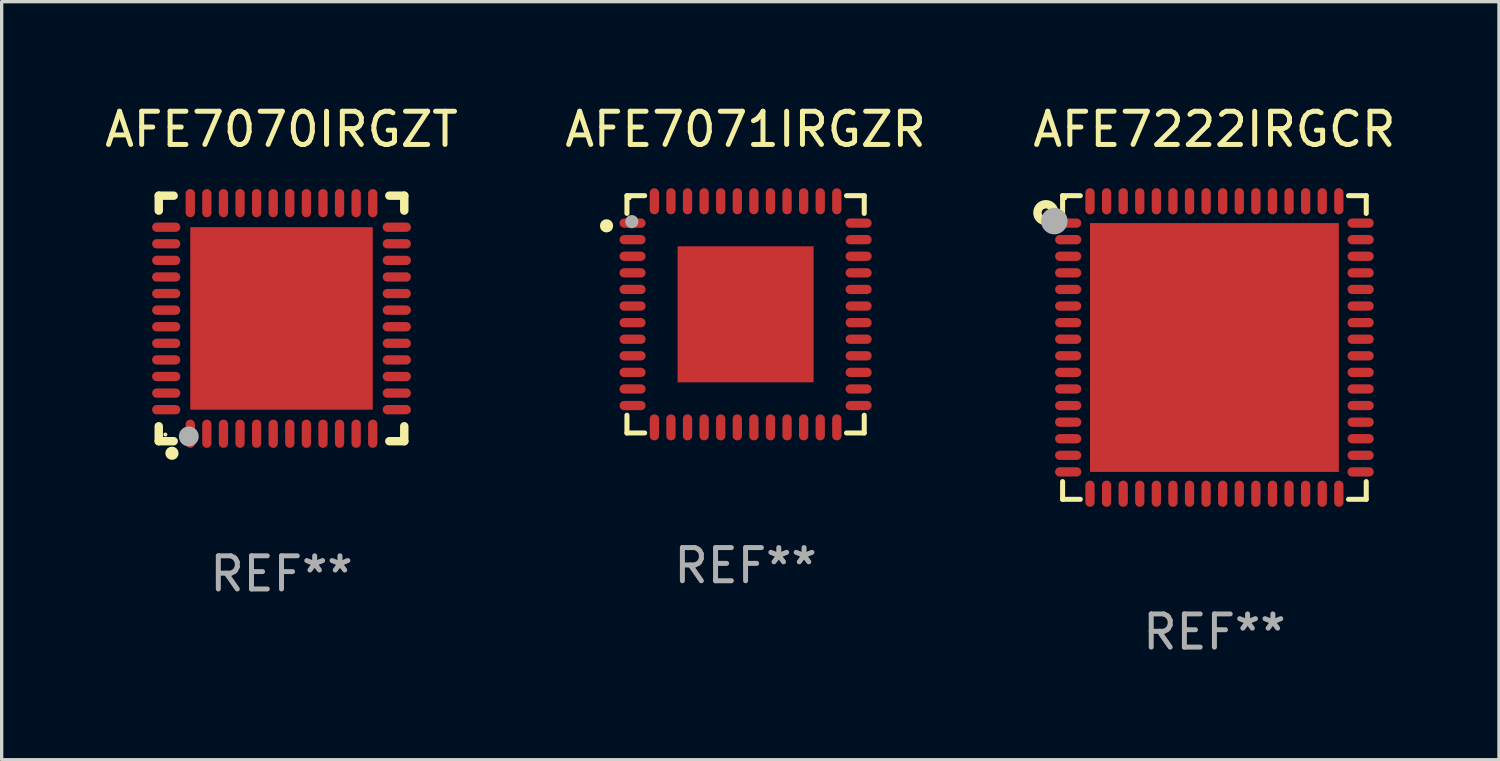
<source format=kicad_pcb>
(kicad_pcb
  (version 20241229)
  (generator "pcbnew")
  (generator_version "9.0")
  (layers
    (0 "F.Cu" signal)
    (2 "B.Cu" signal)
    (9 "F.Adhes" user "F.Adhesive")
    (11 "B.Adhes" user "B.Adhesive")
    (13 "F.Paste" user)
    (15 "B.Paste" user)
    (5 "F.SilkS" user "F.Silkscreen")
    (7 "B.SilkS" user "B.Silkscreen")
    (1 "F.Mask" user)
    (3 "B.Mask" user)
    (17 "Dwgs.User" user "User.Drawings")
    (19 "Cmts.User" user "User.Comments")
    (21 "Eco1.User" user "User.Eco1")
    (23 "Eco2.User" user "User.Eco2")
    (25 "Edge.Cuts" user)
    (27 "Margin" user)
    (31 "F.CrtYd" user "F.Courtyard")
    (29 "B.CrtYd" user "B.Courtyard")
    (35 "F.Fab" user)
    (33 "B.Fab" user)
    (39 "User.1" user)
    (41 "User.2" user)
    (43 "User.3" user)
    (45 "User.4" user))
  (footprint "AFE7070IRGZT"
    (layer "F.Cu")
    (at 5.435 6.548)
    (property "Reference" "AFE7070IRGZT" (at 0 -5.7 0) (layer "F.SilkS") (effects (font (size 1 1) (thickness 0.15))))
    (attr through_hole)
    (fp_line (start -3.7 -3.7) (end -3.25 -3.7) (stroke (width 0.254) (type solid)) (layer "F.SilkS"))
    (fp_line (start -3.7 -3.25) (end -3.7 -3.7) (stroke (width 0.254) (type solid)) (layer "F.SilkS"))
    (fp_line (start -3.7 3.7) (end -3.7 3.25) (stroke (width 0.254) (type solid)) (layer "F.SilkS"))
    (fp_line (start -3.25 3.7) (end -3.7 3.7) (stroke (width 0.254) (type solid)) (layer "F.SilkS"))
    (fp_line (start 3.25 3.7) (end 3.7 3.7) (stroke (width 0.254) (type solid)) (layer "F.SilkS"))
    (fp_line (start 3.7 -3.7) (end 3.25 -3.7) (stroke (width 0.254) (type solid)) (layer "F.SilkS"))
    (fp_line (start 3.7 -3.25) (end 3.7 -3.7) (stroke (width 0.254) (type solid)) (layer "F.SilkS"))
    (fp_line (start 3.7 3.7) (end 3.7 3.25) (stroke (width 0.254) (type solid)) (layer "F.SilkS"))
    (fp_circle (center -3.5 3.5) (end -3.47 3.5) (stroke (width 0.06) (type solid)) (fill no) (layer "F.SilkS"))
    (fp_circle (center -3.302 4.064) (end -3.202 4.064) (stroke (width 0.2) (type solid)) (fill no) (layer "F.SilkS"))
    (fp_circle (center -2.794 3.556) (end -2.644 3.556) (stroke (width 0.3) (type solid)) (fill no) (layer "F.Fab"))
    (fp_text user "REF**" (at 0 7.7 0) (layer "F.Fab") (effects (font (size 1 1) (thickness 0.15))))
    (pad "1" smd oval (at -2.75 3.475) (size 0.28 0.85) (layers "F.Cu" "F.Mask" "F.Paste"))
    (pad "2" smd oval (at -2.25 3.475) (size 0.28 0.85) (layers "F.Cu" "F.Mask" "F.Paste"))
    (pad "3" smd oval (at -1.75 3.475) (size 0.28 0.85) (layers "F.Cu" "F.Mask" "F.Paste"))
    (pad "4" smd oval (at -1.25 3.475) (size 0.28 0.85) (layers "F.Cu" "F.Mask" "F.Paste"))
    (pad "5" smd oval (at -0.75 3.475) (size 0.28 0.85) (layers "F.Cu" "F.Mask" "F.Paste"))
    (pad "6" smd oval (at -0.25 3.475) (size 0.28 0.85) (layers "F.Cu" "F.Mask" "F.Paste"))
    (pad "7" smd oval (at 0.25 3.475) (size 0.28 0.85) (layers "F.Cu" "F.Mask" "F.Paste"))
    (pad "8" smd oval (at 0.75 3.475) (size 0.28 0.85) (layers "F.Cu" "F.Mask" "F.Paste"))
    (pad "9" smd oval (at 1.25 3.475) (size 0.28 0.85) (layers "F.Cu" "F.Mask" "F.Paste"))
    (pad "10" smd oval (at 1.75 3.475) (size 0.28 0.85) (layers "F.Cu" "F.Mask" "F.Paste"))
    (pad "11" smd oval (at 2.25 3.475) (size 0.28 0.85) (layers "F.Cu" "F.Mask" "F.Paste"))
    (pad "12" smd oval (at 2.75 3.475) (size 0.28 0.85) (layers "F.Cu" "F.Mask" "F.Paste"))
    (pad "13" smd oval (at 3.475 2.75) (size 0.85 0.28) (layers "F.Cu" "F.Mask" "F.Paste"))
    (pad "14" smd oval (at 3.475 2.25) (size 0.85 0.28) (layers "F.Cu" "F.Mask" "F.Paste"))
    (pad "15" smd oval (at 3.475 1.75) (size 0.85 0.28) (layers "F.Cu" "F.Mask" "F.Paste"))
    (pad "16" smd oval (at 3.475 1.25) (size 0.85 0.28) (layers "F.Cu" "F.Mask" "F.Paste"))
    (pad "17" smd oval (at 3.475 0.75) (size 0.85 0.28) (layers "F.Cu" "F.Mask" "F.Paste"))
    (pad "18" smd oval (at 3.475 0.25) (size 0.85 0.28) (layers "F.Cu" "F.Mask" "F.Paste"))
    (pad "19" smd oval (at 3.475 -0.25) (size 0.85 0.28) (layers "F.Cu" "F.Mask" "F.Paste"))
    (pad "20" smd oval (at 3.475 -0.75) (size 0.85 0.28) (layers "F.Cu" "F.Mask" "F.Paste"))
    (pad "21" smd oval (at 3.475 -1.25) (size 0.85 0.28) (layers "F.Cu" "F.Mask" "F.Paste"))
    (pad "22" smd oval (at 3.475 -1.75) (size 0.85 0.28) (layers "F.Cu" "F.Mask" "F.Paste"))
    (pad "23" smd oval (at 3.475 -2.25) (size 0.85 0.28) (layers "F.Cu" "F.Mask" "F.Paste"))
    (pad "24" smd oval (at 3.475 -2.75) (size 0.85 0.28) (layers "F.Cu" "F.Mask" "F.Paste"))
    (pad "25" smd oval (at 2.75 -3.475) (size 0.28 0.85) (layers "F.Cu" "F.Mask" "F.Paste"))
    (pad "26" smd oval (at 2.25 -3.475) (size 0.28 0.85) (layers "F.Cu" "F.Mask" "F.Paste"))
    (pad "27" smd oval (at 1.75 -3.475) (size 0.28 0.85) (layers "F.Cu" "F.Mask" "F.Paste"))
    (pad "28" smd oval (at 1.25 -3.475) (size 0.28 0.85) (layers "F.Cu" "F.Mask" "F.Paste"))
    (pad "29" smd oval (at 0.75 -3.475) (size 0.28 0.85) (layers "F.Cu" "F.Mask" "F.Paste"))
    (pad "30" smd oval (at 0.25 -3.475) (size 0.28 0.85) (layers "F.Cu" "F.Mask" "F.Paste"))
    (pad "31" smd oval (at -0.25 -3.475) (size 0.28 0.85) (layers "F.Cu" "F.Mask" "F.Paste"))
    (pad "32" smd oval (at -0.75 -3.475) (size 0.28 0.85) (layers "F.Cu" "F.Mask" "F.Paste"))
    (pad "33" smd oval (at -1.25 -3.475) (size 0.28 0.85) (layers "F.Cu" "F.Mask" "F.Paste"))
    (pad "34" smd oval (at -1.75 -3.475) (size 0.28 0.85) (layers "F.Cu" "F.Mask" "F.Paste"))
    (pad "35" smd oval (at -2.25 -3.475) (size 0.28 0.85) (layers "F.Cu" "F.Mask" "F.Paste"))
    (pad "36" smd oval (at -2.75 -3.475) (size 0.28 0.85) (layers "F.Cu" "F.Mask" "F.Paste"))
    (pad "37" smd oval (at -3.475 -2.75) (size 0.85 0.28) (layers "F.Cu" "F.Mask" "F.Paste"))
    (pad "38" smd oval (at -3.475 -2.25) (size 0.85 0.28) (layers "F.Cu" "F.Mask" "F.Paste"))
    (pad "39" smd oval (at -3.475 -1.75) (size 0.85 0.28) (layers "F.Cu" "F.Mask" "F.Paste"))
    (pad "40" smd oval (at -3.475 -1.25) (size 0.85 0.28) (layers "F.Cu" "F.Mask" "F.Paste"))
    (pad "41" smd oval (at -3.475 -0.75) (size 0.85 0.28) (layers "F.Cu" "F.Mask" "F.Paste"))
    (pad "42" smd oval (at -3.475 -0.25) (size 0.85 0.28) (layers "F.Cu" "F.Mask" "F.Paste"))
    (pad "43" smd oval (at -3.475 0.25) (size 0.85 0.28) (layers "F.Cu" "F.Mask" "F.Paste"))
    (pad "44" smd oval (at -3.475 0.75) (size 0.85 0.28) (layers "F.Cu" "F.Mask" "F.Paste"))
    (pad "45" smd oval (at -3.475 1.25) (size 0.85 0.28) (layers "F.Cu" "F.Mask" "F.Paste"))
    (pad "46" smd oval (at -3.475 1.75) (size 0.85 0.28) (layers "F.Cu" "F.Mask" "F.Paste"))
    (pad "47" smd oval (at -3.475 2.25) (size 0.85 0.28) (layers "F.Cu" "F.Mask" "F.Paste"))
    (pad "48" smd oval (at -3.475 2.75) (size 0.85 0.28) (layers "F.Cu" "F.Mask" "F.Paste"))
    (pad "49" smd rect (at -0.000102 0.000102) (size 5.5 5.5) (layers "F.Cu" "F.Mask" "F.Paste")))
  (footprint "AFE7222IRGCR"
    (layer "F.Cu")
    (at 33.554 7.424)
    (property "Reference" "AFE7222IRGCR" (at 0 -6.576 0) (layer "F.SilkS") (effects (font (size 1 1) (thickness 0.15))))
    (attr through_hole)
    (fp_line (start -4.576 -4.576) (end -4.042 -4.576) (stroke (width 0.152) (type solid)) (layer "F.SilkS"))
    (fp_line (start -4.576 -4.042) (end -4.576 -4.576) (stroke (width 0.152) (type solid)) (layer "F.SilkS"))
    (fp_line (start -4.576 4.042) (end -4.576 4.576) (stroke (width 0.152) (type solid)) (layer "F.SilkS"))
    (fp_line (start -4.576 4.576) (end -4.042 4.576) (stroke (width 0.152) (type solid)) (layer "F.SilkS"))
    (fp_line (start 4.576 -4.576) (end 4.042 -4.576) (stroke (width 0.152) (type solid)) (layer "F.SilkS"))
    (fp_line (start 4.576 -4.042) (end 4.576 -4.576) (stroke (width 0.152) (type solid)) (layer "F.SilkS"))
    (fp_line (start 4.576 4.042) (end 4.576 4.576) (stroke (width 0.152) (type solid)) (layer "F.SilkS"))
    (fp_line (start 4.576 4.576) (end 4.042 4.576) (stroke (width 0.152) (type solid)) (layer "F.SilkS"))
    (fp_circle (center -5.08 -4.064) (end -4.826 -4.064) (stroke (width 0.254) (type solid)) (fill no) (layer "F.SilkS"))
    (fp_circle (center -4.5 -4.5) (end -4.47 -4.5) (stroke (width 0.06) (type solid)) (fill no) (layer "F.SilkS"))
    (fp_circle (center -4.826 -3.81) (end -4.626 -3.81) (stroke (width 0.4) (type solid)) (fill no) (layer "F.Fab"))
    (fp_text user "REF**" (at 0 8.576 0) (layer "F.Fab") (effects (font (size 1 1) (thickness 0.15))))
    (pad "1" smd oval (at -4.407 -3.75) (size 0.79 0.28) (layers "F.Cu" "F.Mask" "F.Paste"))
    (pad "2" smd oval (at -4.407 -3.25) (size 0.79 0.28) (layers "F.Cu" "F.Mask" "F.Paste"))
    (pad "3" smd oval (at -4.407 -2.75) (size 0.79 0.28) (layers "F.Cu" "F.Mask" "F.Paste"))
    (pad "4" smd oval (at -4.407 -2.25) (size 0.79 0.28) (layers "F.Cu" "F.Mask" "F.Paste"))
    (pad "5" smd oval (at -4.407 -1.75) (size 0.79 0.28) (layers "F.Cu" "F.Mask" "F.Paste"))
    (pad "6" smd oval (at -4.407 -1.25) (size 0.79 0.28) (layers "F.Cu" "F.Mask" "F.Paste"))
    (pad "7" smd oval (at -4.407 -0.75) (size 0.79 0.28) (layers "F.Cu" "F.Mask" "F.Paste"))
    (pad "8" smd oval (at -4.407 -0.25) (size 0.79 0.28) (layers "F.Cu" "F.Mask" "F.Paste"))
    (pad "9" smd oval (at -4.407 0.25) (size 0.79 0.28) (layers "F.Cu" "F.Mask" "F.Paste"))
    (pad "10" smd oval (at -4.407 0.75) (size 0.79 0.28) (layers "F.Cu" "F.Mask" "F.Paste"))
    (pad "11" smd oval (at -4.407 1.25) (size 0.79 0.28) (layers "F.Cu" "F.Mask" "F.Paste"))
    (pad "12" smd oval (at -4.407 1.75) (size 0.79 0.28) (layers "F.Cu" "F.Mask" "F.Paste"))
    (pad "13" smd oval (at -4.407 2.25) (size 0.79 0.28) (layers "F.Cu" "F.Mask" "F.Paste"))
    (pad "14" smd oval (at -4.407 2.75) (size 0.79 0.28) (layers "F.Cu" "F.Mask" "F.Paste"))
    (pad "15" smd oval (at -4.407 3.25) (size 0.79 0.28) (layers "F.Cu" "F.Mask" "F.Paste"))
    (pad "16" smd oval (at -4.407 3.75) (size 0.79 0.28) (layers "F.Cu" "F.Mask" "F.Paste"))
    (pad "17" smd oval (at -3.75 4.407) (size 0.28 0.79) (layers "F.Cu" "F.Mask" "F.Paste"))
    (pad "18" smd oval (at -3.25 4.407) (size 0.28 0.79) (layers "F.Cu" "F.Mask" "F.Paste"))
    (pad "19" smd oval (at -2.75 4.407) (size 0.28 0.79) (layers "F.Cu" "F.Mask" "F.Paste"))
    (pad "20" smd oval (at -2.25 4.407) (size 0.28 0.79) (layers "F.Cu" "F.Mask" "F.Paste"))
    (pad "21" smd oval (at -1.75 4.407) (size 0.28 0.79) (layers "F.Cu" "F.Mask" "F.Paste"))
    (pad "22" smd oval (at -1.25 4.407) (size 0.28 0.79) (layers "F.Cu" "F.Mask" "F.Paste"))
    (pad "23" smd oval (at -0.75 4.407) (size 0.28 0.79) (layers "F.Cu" "F.Mask" "F.Paste"))
    (pad "24" smd oval (at -0.25 4.407) (size 0.28 0.79) (layers "F.Cu" "F.Mask" "F.Paste"))
    (pad "25" smd oval (at 0.25 4.407) (size 0.28 0.79) (layers "F.Cu" "F.Mask" "F.Paste"))
    (pad "26" smd oval (at 0.75 4.407) (size 0.28 0.79) (layers "F.Cu" "F.Mask" "F.Paste"))
    (pad "27" smd oval (at 1.25 4.407) (size 0.28 0.79) (layers "F.Cu" "F.Mask" "F.Paste"))
    (pad "28" smd oval (at 1.75 4.407) (size 0.28 0.79) (layers "F.Cu" "F.Mask" "F.Paste"))
    (pad "29" smd oval (at 2.25 4.407) (size 0.28 0.79) (layers "F.Cu" "F.Mask" "F.Paste"))
    (pad "30" smd oval (at 2.75 4.407) (size 0.28 0.79) (layers "F.Cu" "F.Mask" "F.Paste"))
    (pad "31" smd oval (at 3.25 4.407) (size 0.28 0.79) (layers "F.Cu" "F.Mask" "F.Paste"))
    (pad "32" smd oval (at 3.75 4.407) (size 0.28 0.79) (layers "F.Cu" "F.Mask" "F.Paste"))
    (pad "33" smd oval (at 4.407 3.75) (size 0.79 0.28) (layers "F.Cu" "F.Mask" "F.Paste"))
    (pad "34" smd oval (at 4.407 3.25) (size 0.79 0.28) (layers "F.Cu" "F.Mask" "F.Paste"))
    (pad "35" smd oval (at 4.407 2.75) (size 0.79 0.28) (layers "F.Cu" "F.Mask" "F.Paste"))
    (pad "36" smd oval (at 4.407 2.25) (size 0.79 0.28) (layers "F.Cu" "F.Mask" "F.Paste"))
    (pad "37" smd oval (at 4.407 1.75) (size 0.79 0.28) (layers "F.Cu" "F.Mask" "F.Paste"))
    (pad "38" smd oval (at 4.407 1.25) (size 0.79 0.28) (layers "F.Cu" "F.Mask" "F.Paste"))
    (pad "39" smd oval (at 4.407 0.75) (size 0.79 0.28) (layers "F.Cu" "F.Mask" "F.Paste"))
    (pad "40" smd oval (at 4.407 0.25) (size 0.79 0.28) (layers "F.Cu" "F.Mask" "F.Paste"))
    (pad "41" smd oval (at 4.407 -0.25) (size 0.79 0.28) (layers "F.Cu" "F.Mask" "F.Paste"))
    (pad "42" smd oval (at 4.407 -0.75) (size 0.79 0.28) (layers "F.Cu" "F.Mask" "F.Paste"))
    (pad "43" smd oval (at 4.407 -1.25) (size 0.79 0.28) (layers "F.Cu" "F.Mask" "F.Paste"))
    (pad "44" smd oval (at 4.407 -1.75) (size 0.79 0.28) (layers "F.Cu" "F.Mask" "F.Paste"))
    (pad "45" smd oval (at 4.407 -2.25) (size 0.79 0.28) (layers "F.Cu" "F.Mask" "F.Paste"))
    (pad "46" smd oval (at 4.407 -2.75) (size 0.79 0.28) (layers "F.Cu" "F.Mask" "F.Paste"))
    (pad "47" smd oval (at 4.407 -3.25) (size 0.79 0.28) (layers "F.Cu" "F.Mask" "F.Paste"))
    (pad "48" smd oval (at 4.407 -3.75) (size 0.79 0.28) (layers "F.Cu" "F.Mask" "F.Paste"))
    (pad "49" smd oval (at 3.75 -4.407) (size 0.28 0.79) (layers "F.Cu" "F.Mask" "F.Paste"))
    (pad "50" smd oval (at 3.25 -4.407) (size 0.28 0.79) (layers "F.Cu" "F.Mask" "F.Paste"))
    (pad "51" smd oval (at 2.75 -4.407) (size 0.28 0.79) (layers "F.Cu" "F.Mask" "F.Paste"))
    (pad "52" smd oval (at 2.25 -4.407) (size 0.28 0.79) (layers "F.Cu" "F.Mask" "F.Paste"))
    (pad "53" smd oval (at 1.75 -4.407) (size 0.28 0.79) (layers "F.Cu" "F.Mask" "F.Paste"))
    (pad "54" smd oval (at 1.25 -4.407) (size 0.28 0.79) (layers "F.Cu" "F.Mask" "F.Paste"))
    (pad "55" smd oval (at 0.75 -4.407) (size 0.28 0.79) (layers "F.Cu" "F.Mask" "F.Paste"))
    (pad "56" smd oval (at 0.25 -4.407) (size 0.28 0.79) (layers "F.Cu" "F.Mask" "F.Paste"))
    (pad "57" smd oval (at -0.25 -4.407) (size 0.28 0.79) (layers "F.Cu" "F.Mask" "F.Paste"))
    (pad "58" smd oval (at -0.75 -4.407) (size 0.28 0.79) (layers "F.Cu" "F.Mask" "F.Paste"))
    (pad "59" smd oval (at -1.25 -4.407) (size 0.28 0.79) (layers "F.Cu" "F.Mask" "F.Paste"))
    (pad "60" smd oval (at -1.75 -4.407) (size 0.28 0.79) (layers "F.Cu" "F.Mask" "F.Paste"))
    (pad "61" smd oval (at -2.25 -4.407) (size 0.28 0.79) (layers "F.Cu" "F.Mask" "F.Paste"))
    (pad "62" smd oval (at -2.75 -4.407) (size 0.28 0.79) (layers "F.Cu" "F.Mask" "F.Paste"))
    (pad "63" smd oval (at -3.25 -4.407) (size 0.28 0.79) (layers "F.Cu" "F.Mask" "F.Paste"))
    (pad "64" smd oval (at -3.75 -4.407) (size 0.28 0.79) (layers "F.Cu" "F.Mask" "F.Paste"))
    (pad "65" smd rect (at 0 0) (size 7.5 7.5) (layers "F.Cu" "F.Mask" "F.Paste")))
  (footprint "AFE7071IRGZR"
    (layer "F.Cu")
    (at 19.423 6.424)
    (property "Reference" "AFE7071IRGZR" (at 0 -5.576 0) (layer "F.SilkS") (effects (font (size 1 1) (thickness 0.15))))
    (attr through_hole)
    (fp_line (start -3.576 -3.576) (end -3.042 -3.576) (stroke (width 0.152) (type solid)) (layer "F.SilkS"))
    (fp_line (start -3.576 -3.042) (end -3.576 -3.576) (stroke (width 0.152) (type solid)) (layer "F.SilkS"))
    (fp_line (start -3.576 3.042) (end -3.576 3.576) (stroke (width 0.152) (type solid)) (layer "F.SilkS"))
    (fp_line (start -3.576 3.576) (end -3.042 3.576) (stroke (width 0.152) (type solid)) (layer "F.SilkS"))
    (fp_line (start 3.576 -3.576) (end 3.042 -3.576) (stroke (width 0.152) (type solid)) (layer "F.SilkS"))
    (fp_line (start 3.576 -3.042) (end 3.576 -3.576) (stroke (width 0.152) (type solid)) (layer "F.SilkS"))
    (fp_line (start 3.576 3.042) (end 3.576 3.576) (stroke (width 0.152) (type solid)) (layer "F.SilkS"))
    (fp_line (start 3.576 3.576) (end 3.042 3.576) (stroke (width 0.152) (type solid)) (layer "F.SilkS"))
    (fp_circle (center -4.191 -2.667) (end -4.091 -2.667) (stroke (width 0.2) (type solid)) (fill no) (layer "F.SilkS"))
    (fp_circle (center -3.5 -3.5) (end -3.47 -3.5) (stroke (width 0.06) (type solid)) (fill no) (layer "F.SilkS"))
    (fp_circle (center -3.429 -2.794) (end -3.329 -2.794) (stroke (width 0.2) (type solid)) (fill no) (layer "F.Fab"))
    (fp_text user "REF**" (at 0 7.576 0) (layer "F.Fab") (effects (font (size 1 1) (thickness 0.15))))
    (pad "1" smd oval (at -3.407 -2.75) (size 0.785 0.28) (layers "F.Cu" "F.Mask" "F.Paste"))
    (pad "2" smd oval (at -3.407 -2.25) (size 0.785 0.28) (layers "F.Cu" "F.Mask" "F.Paste"))
    (pad "3" smd oval (at -3.407 -1.75) (size 0.785 0.28) (layers "F.Cu" "F.Mask" "F.Paste"))
    (pad "4" smd oval (at -3.407 -1.25) (size 0.785 0.28) (layers "F.Cu" "F.Mask" "F.Paste"))
    (pad "5" smd oval (at -3.407 -0.75) (size 0.785 0.28) (layers "F.Cu" "F.Mask" "F.Paste"))
    (pad "6" smd oval (at -3.407 -0.25) (size 0.785 0.28) (layers "F.Cu" "F.Mask" "F.Paste"))
    (pad "7" smd oval (at -3.407 0.25) (size 0.785 0.28) (layers "F.Cu" "F.Mask" "F.Paste"))
    (pad "8" smd oval (at -3.407 0.75) (size 0.785 0.28) (layers "F.Cu" "F.Mask" "F.Paste"))
    (pad "9" smd oval (at -3.407 1.25) (size 0.785 0.28) (layers "F.Cu" "F.Mask" "F.Paste"))
    (pad "10" smd oval (at -3.407 1.75) (size 0.785 0.28) (layers "F.Cu" "F.Mask" "F.Paste"))
    (pad "11" smd oval (at -3.407 2.25) (size 0.785 0.28) (layers "F.Cu" "F.Mask" "F.Paste"))
    (pad "12" smd oval (at -3.407 2.75) (size 0.785 0.28) (layers "F.Cu" "F.Mask" "F.Paste"))
    (pad "13" smd oval (at -2.75 3.407) (size 0.28 0.785) (layers "F.Cu" "F.Mask" "F.Paste"))
    (pad "14" smd oval (at -2.25 3.407) (size 0.28 0.785) (layers "F.Cu" "F.Mask" "F.Paste"))
    (pad "15" smd oval (at -1.75 3.407) (size 0.28 0.785) (layers "F.Cu" "F.Mask" "F.Paste"))
    (pad "16" smd oval (at -1.25 3.407) (size 0.28 0.785) (layers "F.Cu" "F.Mask" "F.Paste"))
    (pad "17" smd oval (at -0.75 3.407) (size 0.28 0.785) (layers "F.Cu" "F.Mask" "F.Paste"))
    (pad "18" smd oval (at -0.25 3.407) (size 0.28 0.785) (layers "F.Cu" "F.Mask" "F.Paste"))
    (pad "19" smd oval (at 0.25 3.407) (size 0.28 0.785) (layers "F.Cu" "F.Mask" "F.Paste"))
    (pad "20" smd oval (at 0.75 3.407) (size 0.28 0.785) (layers "F.Cu" "F.Mask" "F.Paste"))
    (pad "21" smd oval (at 1.25 3.407) (size 0.28 0.785) (layers "F.Cu" "F.Mask" "F.Paste"))
    (pad "22" smd oval (at 1.75 3.407) (size 0.28 0.785) (layers "F.Cu" "F.Mask" "F.Paste"))
    (pad "23" smd oval (at 2.25 3.407) (size 0.28 0.785) (layers "F.Cu" "F.Mask" "F.Paste"))
    (pad "24" smd oval (at 2.75 3.407) (size 0.28 0.785) (layers "F.Cu" "F.Mask" "F.Paste"))
    (pad "25" smd oval (at 3.407 2.75) (size 0.785 0.28) (layers "F.Cu" "F.Mask" "F.Paste"))
    (pad "26" smd oval (at 3.407 2.25) (size 0.785 0.28) (layers "F.Cu" "F.Mask" "F.Paste"))
    (pad "27" smd oval (at 3.407 1.75) (size 0.785 0.28) (layers "F.Cu" "F.Mask" "F.Paste"))
    (pad "28" smd oval (at 3.407 1.25) (size 0.785 0.28) (layers "F.Cu" "F.Mask" "F.Paste"))
    (pad "29" smd oval (at 3.407 0.75) (size 0.785 0.28) (layers "F.Cu" "F.Mask" "F.Paste"))
    (pad "30" smd oval (at 3.407 0.25) (size 0.785 0.28) (layers "F.Cu" "F.Mask" "F.Paste"))
    (pad "31" smd oval (at 3.407 -0.25) (size 0.785 0.28) (layers "F.Cu" "F.Mask" "F.Paste"))
    (pad "32" smd oval (at 3.407 -0.75) (size 0.785 0.28) (layers "F.Cu" "F.Mask" "F.Paste"))
    (pad "33" smd oval (at 3.407 -1.25) (size 0.785 0.28) (layers "F.Cu" "F.Mask" "F.Paste"))
    (pad "34" smd oval (at 3.407 -1.75) (size 0.785 0.28) (layers "F.Cu" "F.Mask" "F.Paste"))
    (pad "35" smd oval (at 3.407 -2.25) (size 0.785 0.28) (layers "F.Cu" "F.Mask" "F.Paste"))
    (pad "36" smd oval (at 3.407 -2.75) (size 0.785 0.28) (layers "F.Cu" "F.Mask" "F.Paste"))
    (pad "37" smd oval (at 2.75 -3.407) (size 0.28 0.785) (layers "F.Cu" "F.Mask" "F.Paste"))
    (pad "38" smd oval (at 2.25 -3.407) (size 0.28 0.785) (layers "F.Cu" "F.Mask" "F.Paste"))
    (pad "39" smd oval (at 1.75 -3.407) (size 0.28 0.785) (layers "F.Cu" "F.Mask" "F.Paste"))
    (pad "40" smd oval (at 1.25 -3.407) (size 0.28 0.785) (layers "F.Cu" "F.Mask" "F.Paste"))
    (pad "41" smd oval (at 0.75 -3.407) (size 0.28 0.785) (layers "F.Cu" "F.Mask" "F.Paste"))
    (pad "42" smd oval (at 0.25 -3.407) (size 0.28 0.785) (layers "F.Cu" "F.Mask" "F.Paste"))
    (pad "43" smd oval (at -0.25 -3.407) (size 0.28 0.785) (layers "F.Cu" "F.Mask" "F.Paste"))
    (pad "44" smd oval (at -0.75 -3.407) (size 0.28 0.785) (layers "F.Cu" "F.Mask" "F.Paste"))
    (pad "45" smd oval (at -1.25 -3.407) (size 0.28 0.785) (layers "F.Cu" "F.Mask" "F.Paste"))
    (pad "46" smd oval (at -1.75 -3.407) (size 0.28 0.785) (layers "F.Cu" "F.Mask" "F.Paste"))
    (pad "47" smd oval (at -2.25 -3.407) (size 0.28 0.785) (layers "F.Cu" "F.Mask" "F.Paste"))
    (pad "48" smd oval (at -2.75 -3.407) (size 0.28 0.785) (layers "F.Cu" "F.Mask" "F.Paste"))
    (pad "49" smd rect (at 0 0) (size 4.1 4.1) (layers "F.Cu" "F.Mask" "F.Paste")))
  (gr_rect
    (start -3 -3)
    (end 42.131 19.849)
    (stroke (width 0.1) (type default))
    (fill no)
    (layer "Edge.Cuts")))
</source>
